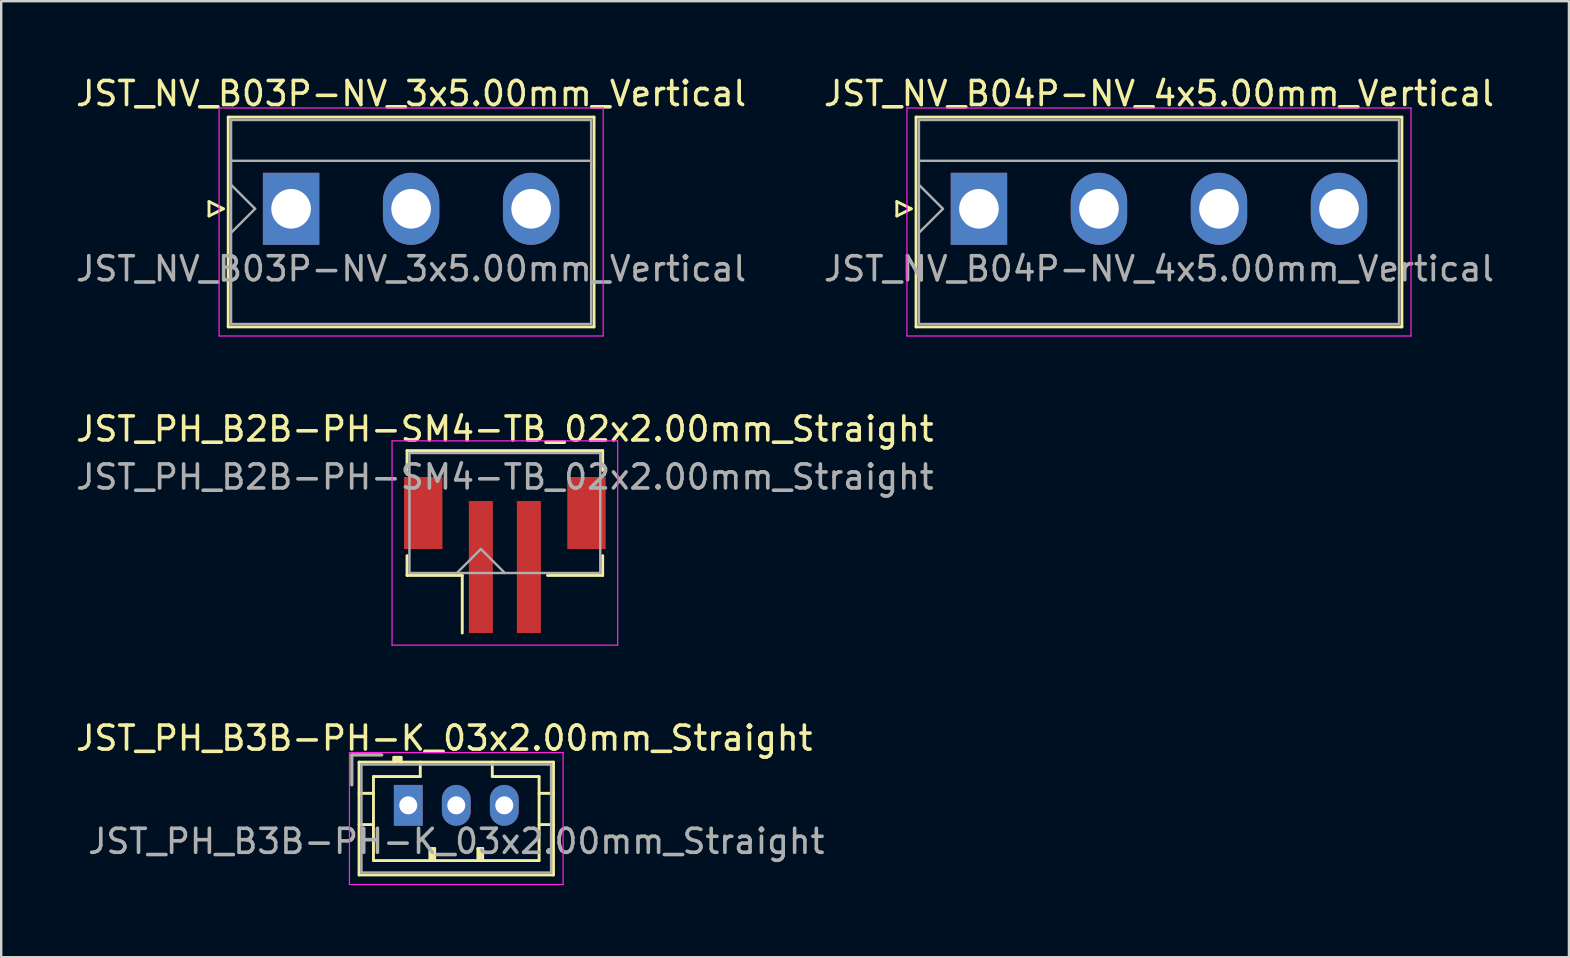
<source format=kicad_pcb>
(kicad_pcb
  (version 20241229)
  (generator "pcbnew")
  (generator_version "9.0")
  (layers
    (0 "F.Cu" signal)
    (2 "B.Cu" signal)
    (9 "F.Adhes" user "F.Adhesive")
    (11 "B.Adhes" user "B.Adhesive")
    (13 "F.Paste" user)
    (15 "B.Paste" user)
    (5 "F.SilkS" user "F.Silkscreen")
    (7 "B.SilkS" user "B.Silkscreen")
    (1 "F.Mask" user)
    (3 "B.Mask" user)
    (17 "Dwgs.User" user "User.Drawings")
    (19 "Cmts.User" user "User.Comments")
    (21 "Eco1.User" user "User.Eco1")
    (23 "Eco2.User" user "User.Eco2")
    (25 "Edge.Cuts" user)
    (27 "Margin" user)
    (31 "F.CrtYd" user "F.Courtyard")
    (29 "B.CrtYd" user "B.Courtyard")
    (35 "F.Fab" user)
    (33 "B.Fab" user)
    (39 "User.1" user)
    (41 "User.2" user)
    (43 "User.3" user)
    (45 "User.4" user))
  (footprint "JST_NV_B03P-NV_3x5.00mm_Vertical"
    (layer "F.Cu")
    (at 9.077 5.648)
    (property "Reference" "JST_NV_B03P-NV_3x5.00mm_Vertical" (at 5 -4.8 0) (layer "F.SilkS") (effects (font (size 1 1) (thickness 0.15))))
    (attr through_hole)
    (fp_line (start -3.42 -0.3) (end -2.82 0) (stroke (width 0.12) (type solid)) (layer "F.SilkS"))
    (fp_line (start -3.42 0.3) (end -3.42 -0.3) (stroke (width 0.12) (type solid)) (layer "F.SilkS"))
    (fp_line (start -2.82 0) (end -3.42 0.3) (stroke (width 0.12) (type solid)) (layer "F.SilkS"))
    (fp_line (start -2.62 -3.82) (end -2.62 4.92) (stroke (width 0.12) (type solid)) (layer "F.SilkS"))
    (fp_line (start -2.62 4.92) (end 12.62 4.92) (stroke (width 0.12) (type solid)) (layer "F.SilkS"))
    (fp_line (start 12.62 -3.82) (end -2.62 -3.82) (stroke (width 0.12) (type solid)) (layer "F.SilkS"))
    (fp_line (start 12.62 4.92) (end 12.62 -3.82) (stroke (width 0.12) (type solid)) (layer "F.SilkS"))
    (fp_line (start -3 -4.2) (end -3 5.3) (stroke (width 0.05) (type solid)) (layer "F.CrtYd"))
    (fp_line (start -3 5.3) (end 13 5.3) (stroke (width 0.05) (type solid)) (layer "F.CrtYd"))
    (fp_line (start 13 -4.2) (end -3 -4.2) (stroke (width 0.05) (type solid)) (layer "F.CrtYd"))
    (fp_line (start 13 5.3) (end 13 -4.2) (stroke (width 0.05) (type solid)) (layer "F.CrtYd"))
    (fp_line (start -2.5 -3.7) (end -2.5 4.8) (stroke (width 0.1) (type solid)) (layer "F.Fab"))
    (fp_line (start -2.5 -2) (end 12.5 -2) (stroke (width 0.1) (type solid)) (layer "F.Fab"))
    (fp_line (start -2.5 -1) (end -1.5 0) (stroke (width 0.1) (type solid)) (layer "F.Fab"))
    (fp_line (start -2.5 1) (end -1.5 0) (stroke (width 0.1) (type solid)) (layer "F.Fab"))
    (fp_line (start -2.5 4.8) (end 12.5 4.8) (stroke (width 0.1) (type solid)) (layer "F.Fab"))
    (fp_line (start 12.5 -3.7) (end -2.5 -3.7) (stroke (width 0.1) (type solid)) (layer "F.Fab"))
    (fp_line (start 12.5 4.8) (end 12.5 -3.7) (stroke (width 0.1) (type solid)) (layer "F.Fab"))
    (fp_text user "${REFERENCE}" (at 5 2.5 0) (layer "F.Fab") (effects (font (size 1 1) (thickness 0.15))))
    (pad "1" thru_hole rect (at 0 0) (size 2.35 3) (drill 1.65) (layers "*.Cu" "*.Mask"))
    (pad "2" thru_hole oval (at 5 0) (size 2.35 3) (drill 1.65) (layers "*.Cu" "*.Mask"))
    (pad "3" thru_hole oval (at 10 0) (size 2.35 3) (drill 1.65) (layers "*.Cu" "*.Mask")))
  (footprint "JST_PH_B2B-PH-SM4-TB_02x2.00mm_Straight"
    (layer "F.Cu")
    (at 17.982 19.447)
    (property "Reference" "JST_PH_B2B-PH-SM4-TB_02x2.00mm_Straight" (at 0 -4.625 0) (layer "F.SilkS") (effects (font (size 1 1) (thickness 0.15))))
    (attr smd)
    (fp_line (start -4.075 -3.725) (end 4.075 -3.725) (stroke (width 0.12) (type solid)) (layer "F.SilkS"))
    (fp_line (start -4.075 -2.9) (end -4.075 -3.725) (stroke (width 0.12) (type solid)) (layer "F.SilkS"))
    (fp_line (start -4.075 0.65) (end -4.075 1.475) (stroke (width 0.12) (type solid)) (layer "F.SilkS"))
    (fp_line (start -4.075 1.475) (end -1.775 1.475) (stroke (width 0.12) (type solid)) (layer "F.SilkS"))
    (fp_line (start -1.775 1.475) (end -1.775 3.875) (stroke (width 0.12) (type solid)) (layer "F.SilkS"))
    (fp_line (start 4.075 -3.725) (end 4.075 -2.9) (stroke (width 0.12) (type solid)) (layer "F.SilkS"))
    (fp_line (start 4.075 0.65) (end 4.075 1.475) (stroke (width 0.12) (type solid)) (layer "F.SilkS"))
    (fp_line (start 4.075 1.475) (end 1.775 1.475) (stroke (width 0.12) (type solid)) (layer "F.SilkS"))
    (fp_line (start -4.7 -4.13) (end -4.7 4.38) (stroke (width 0.05) (type solid)) (layer "F.CrtYd"))
    (fp_line (start -4.7 4.38) (end 4.7 4.38) (stroke (width 0.05) (type solid)) (layer "F.CrtYd"))
    (fp_line (start 4.7 -4.13) (end -4.7 -4.13) (stroke (width 0.05) (type solid)) (layer "F.CrtYd"))
    (fp_line (start 4.7 4.38) (end 4.7 -4.13) (stroke (width 0.05) (type solid)) (layer "F.CrtYd"))
    (fp_line (start -3.975 -3.625) (end -3.975 1.375) (stroke (width 0.1) (type solid)) (layer "F.Fab"))
    (fp_line (start -3.975 1.375) (end 3.975 1.375) (stroke (width 0.1) (type solid)) (layer "F.Fab"))
    (fp_line (start -2 1.375) (end -1 0.375) (stroke (width 0.1) (type solid)) (layer "F.Fab"))
    (fp_line (start -1 0.375) (end 0 1.375) (stroke (width 0.1) (type solid)) (layer "F.Fab"))
    (fp_line (start 3.975 -3.625) (end -3.975 -3.625) (stroke (width 0.1) (type solid)) (layer "F.Fab"))
    (fp_line (start 3.975 1.375) (end 3.975 -3.625) (stroke (width 0.1) (type solid)) (layer "F.Fab"))
    (fp_text user "${REFERENCE}" (at 0 -2.625 0) (layer "F.Fab") (effects (font (size 1 1) (thickness 0.15))))
    (pad "" smd rect (at -3.4 -1.125) (size 1.6 3) (layers "F.Cu" "F.Mask" "F.Paste"))
    (pad "" smd rect (at 3.4 -1.125) (size 1.6 3) (layers "F.Cu" "F.Mask" "F.Paste"))
    (pad "1" smd rect (at -1 1.125) (size 1 5.5) (layers "F.Cu" "F.Mask" "F.Paste"))
    (pad "2" smd rect (at 1 1.125) (size 1 5.5) (layers "F.Cu" "F.Mask" "F.Paste")))
  (footprint "JST_NV_B04P-NV_4x5.00mm_Vertical"
    (layer "F.Cu")
    (at 37.732 5.648)
    (property "Reference" "JST_NV_B04P-NV_4x5.00mm_Vertical" (at 7.5 -4.8 0) (layer "F.SilkS") (effects (font (size 1 1) (thickness 0.15))))
    (attr through_hole)
    (fp_line (start -3.42 -0.3) (end -2.82 0) (stroke (width 0.12) (type solid)) (layer "F.SilkS"))
    (fp_line (start -3.42 0.3) (end -3.42 -0.3) (stroke (width 0.12) (type solid)) (layer "F.SilkS"))
    (fp_line (start -2.82 0) (end -3.42 0.3) (stroke (width 0.12) (type solid)) (layer "F.SilkS"))
    (fp_line (start -2.62 -3.82) (end -2.62 4.92) (stroke (width 0.12) (type solid)) (layer "F.SilkS"))
    (fp_line (start -2.62 4.92) (end 17.62 4.92) (stroke (width 0.12) (type solid)) (layer "F.SilkS"))
    (fp_line (start 17.62 -3.82) (end -2.62 -3.82) (stroke (width 0.12) (type solid)) (layer "F.SilkS"))
    (fp_line (start 17.62 4.92) (end 17.62 -3.82) (stroke (width 0.12) (type solid)) (layer "F.SilkS"))
    (fp_line (start -3 -4.2) (end -3 5.3) (stroke (width 0.05) (type solid)) (layer "F.CrtYd"))
    (fp_line (start -3 5.3) (end 18 5.3) (stroke (width 0.05) (type solid)) (layer "F.CrtYd"))
    (fp_line (start 18 -4.2) (end -3 -4.2) (stroke (width 0.05) (type solid)) (layer "F.CrtYd"))
    (fp_line (start 18 5.3) (end 18 -4.2) (stroke (width 0.05) (type solid)) (layer "F.CrtYd"))
    (fp_line (start -2.5 -3.7) (end -2.5 4.8) (stroke (width 0.1) (type solid)) (layer "F.Fab"))
    (fp_line (start -2.5 -2) (end 17.5 -2) (stroke (width 0.1) (type solid)) (layer "F.Fab"))
    (fp_line (start -2.5 -1) (end -1.5 0) (stroke (width 0.1) (type solid)) (layer "F.Fab"))
    (fp_line (start -2.5 1) (end -1.5 0) (stroke (width 0.1) (type solid)) (layer "F.Fab"))
    (fp_line (start -2.5 4.8) (end 17.5 4.8) (stroke (width 0.1) (type solid)) (layer "F.Fab"))
    (fp_line (start 17.5 -3.7) (end -2.5 -3.7) (stroke (width 0.1) (type solid)) (layer "F.Fab"))
    (fp_line (start 17.5 4.8) (end 17.5 -3.7) (stroke (width 0.1) (type solid)) (layer "F.Fab"))
    (fp_text user "${REFERENCE}" (at 7.5 2.5 0) (layer "F.Fab") (effects (font (size 1 1) (thickness 0.15))))
    (pad "1" thru_hole rect (at 0 0) (size 2.35 3) (drill 1.65) (layers "*.Cu" "*.Mask"))
    (pad "2" thru_hole oval (at 5 0) (size 2.35 3) (drill 1.65) (layers "*.Cu" "*.Mask"))
    (pad "3" thru_hole oval (at 10 0) (size 2.35 3) (drill 1.65) (layers "*.Cu" "*.Mask"))
    (pad "4" thru_hole oval (at 15 0) (size 2.35 3) (drill 1.65) (layers "*.Cu" "*.Mask")))
  (footprint "JST_PH_B3B-PH-K_03x2.00mm_Straight"
    (layer "F.Cu")
    (at 13.958 30.5)
    (property "Reference" "JST_PH_B3B-PH-K_03x2.00mm_Straight" (at 1.5 -2.8 0) (layer "F.SilkS") (effects (font (size 1 1) (thickness 0.15))))
    (attr through_hole)
    (fp_line (start -2.35 -2.1) (end -2.35 -0.85) (stroke (width 0.12) (type solid)) (layer "F.SilkS"))
    (fp_line (start -2.05 -1.8) (end -2.05 2.9) (stroke (width 0.12) (type solid)) (layer "F.SilkS"))
    (fp_line (start -2.05 -0.5) (end -1.45 -0.5) (stroke (width 0.12) (type solid)) (layer "F.SilkS"))
    (fp_line (start -2.05 0.8) (end -1.45 0.8) (stroke (width 0.12) (type solid)) (layer "F.SilkS"))
    (fp_line (start -2.05 2.9) (end 6.05 2.9) (stroke (width 0.12) (type solid)) (layer "F.SilkS"))
    (fp_line (start -1.45 -1.2) (end -1.45 2.3) (stroke (width 0.12) (type solid)) (layer "F.SilkS"))
    (fp_line (start -1.45 2.3) (end 5.45 2.3) (stroke (width 0.12) (type solid)) (layer "F.SilkS"))
    (fp_line (start -1.1 -2.1) (end -2.35 -2.1) (stroke (width 0.12) (type solid)) (layer "F.SilkS"))
    (fp_line (start -0.6 -2) (end -0.6 -1.8) (stroke (width 0.12) (type solid)) (layer "F.SilkS"))
    (fp_line (start -0.3 -2) (end -0.6 -2) (stroke (width 0.12) (type solid)) (layer "F.SilkS"))
    (fp_line (start -0.3 -1.9) (end -0.6 -1.9) (stroke (width 0.12) (type solid)) (layer "F.SilkS"))
    (fp_line (start -0.3 -1.8) (end -0.3 -2) (stroke (width 0.12) (type solid)) (layer "F.SilkS"))
    (fp_line (start 0.5 -1.8) (end 0.5 -1.2) (stroke (width 0.12) (type solid)) (layer "F.SilkS"))
    (fp_line (start 0.5 -1.2) (end -1.45 -1.2) (stroke (width 0.12) (type solid)) (layer "F.SilkS"))
    (fp_line (start 0.9 1.8) (end 1.1 1.8) (stroke (width 0.12) (type solid)) (layer "F.SilkS"))
    (fp_line (start 0.9 2.3) (end 0.9 1.8) (stroke (width 0.12) (type solid)) (layer "F.SilkS"))
    (fp_line (start 1 2.3) (end 1 1.8) (stroke (width 0.12) (type solid)) (layer "F.SilkS"))
    (fp_line (start 1.1 1.8) (end 1.1 2.3) (stroke (width 0.12) (type solid)) (layer "F.SilkS"))
    (fp_line (start 2.9 1.8) (end 3.1 1.8) (stroke (width 0.12) (type solid)) (layer "F.SilkS"))
    (fp_line (start 2.9 2.3) (end 2.9 1.8) (stroke (width 0.12) (type solid)) (layer "F.SilkS"))
    (fp_line (start 3 2.3) (end 3 1.8) (stroke (width 0.12) (type solid)) (layer "F.SilkS"))
    (fp_line (start 3.1 1.8) (end 3.1 2.3) (stroke (width 0.12) (type solid)) (layer "F.SilkS"))
    (fp_line (start 3.5 -1.2) (end 3.5 -1.8) (stroke (width 0.12) (type solid)) (layer "F.SilkS"))
    (fp_line (start 5.45 -1.2) (end 3.5 -1.2) (stroke (width 0.12) (type solid)) (layer "F.SilkS"))
    (fp_line (start 5.45 2.3) (end 5.45 -1.2) (stroke (width 0.12) (type solid)) (layer "F.SilkS"))
    (fp_line (start 6.05 -1.8) (end -2.05 -1.8) (stroke (width 0.12) (type solid)) (layer "F.SilkS"))
    (fp_line (start 6.05 -0.5) (end 5.45 -0.5) (stroke (width 0.12) (type solid)) (layer "F.SilkS"))
    (fp_line (start 6.05 0.8) (end 5.45 0.8) (stroke (width 0.12) (type solid)) (layer "F.SilkS"))
    (fp_line (start 6.05 2.9) (end 6.05 -1.8) (stroke (width 0.12) (type solid)) (layer "F.SilkS"))
    (fp_line (start -2.45 -2.2) (end -2.45 3.3) (stroke (width 0.05) (type solid)) (layer "F.CrtYd"))
    (fp_line (start -2.45 3.3) (end 6.45 3.3) (stroke (width 0.05) (type solid)) (layer "F.CrtYd"))
    (fp_line (start 6.45 -2.2) (end -2.45 -2.2) (stroke (width 0.05) (type solid)) (layer "F.CrtYd"))
    (fp_line (start 6.45 3.3) (end 6.45 -2.2) (stroke (width 0.05) (type solid)) (layer "F.CrtYd"))
    (fp_line (start -2.35 -2.1) (end -2.35 -0.85) (stroke (width 0.1) (type solid)) (layer "F.Fab"))
    (fp_line (start -1.95 -1.7) (end -1.95 2.8) (stroke (width 0.1) (type solid)) (layer "F.Fab"))
    (fp_line (start -1.95 2.8) (end 5.95 2.8) (stroke (width 0.1) (type solid)) (layer "F.Fab"))
    (fp_line (start -1.1 -2.1) (end -2.35 -2.1) (stroke (width 0.1) (type solid)) (layer "F.Fab"))
    (fp_line (start 5.95 -1.7) (end -1.95 -1.7) (stroke (width 0.1) (type solid)) (layer "F.Fab"))
    (fp_line (start 5.95 2.8) (end 5.95 -1.7) (stroke (width 0.1) (type solid)) (layer "F.Fab"))
    (fp_text user "${REFERENCE}" (at 2 1.5 0) (layer "F.Fab") (effects (font (size 1 1) (thickness 0.15))))
    (pad "1" thru_hole rect (at 0 0) (size 1.2 1.7) (drill 0.75) (layers "*.Cu" "*.Mask"))
    (pad "2" thru_hole oval (at 2 0) (size 1.2 1.7) (drill 0.75) (layers "*.Cu" "*.Mask"))
    (pad "3" thru_hole oval (at 4 0) (size 1.2 1.7) (drill 0.75) (layers "*.Cu" "*.Mask")))
  (gr_rect
    (start -3 -3)
    (end 62.31 36.825)
    (stroke (width 0.1) (type default))
    (fill no)
    (layer "Edge.Cuts")))
</source>
